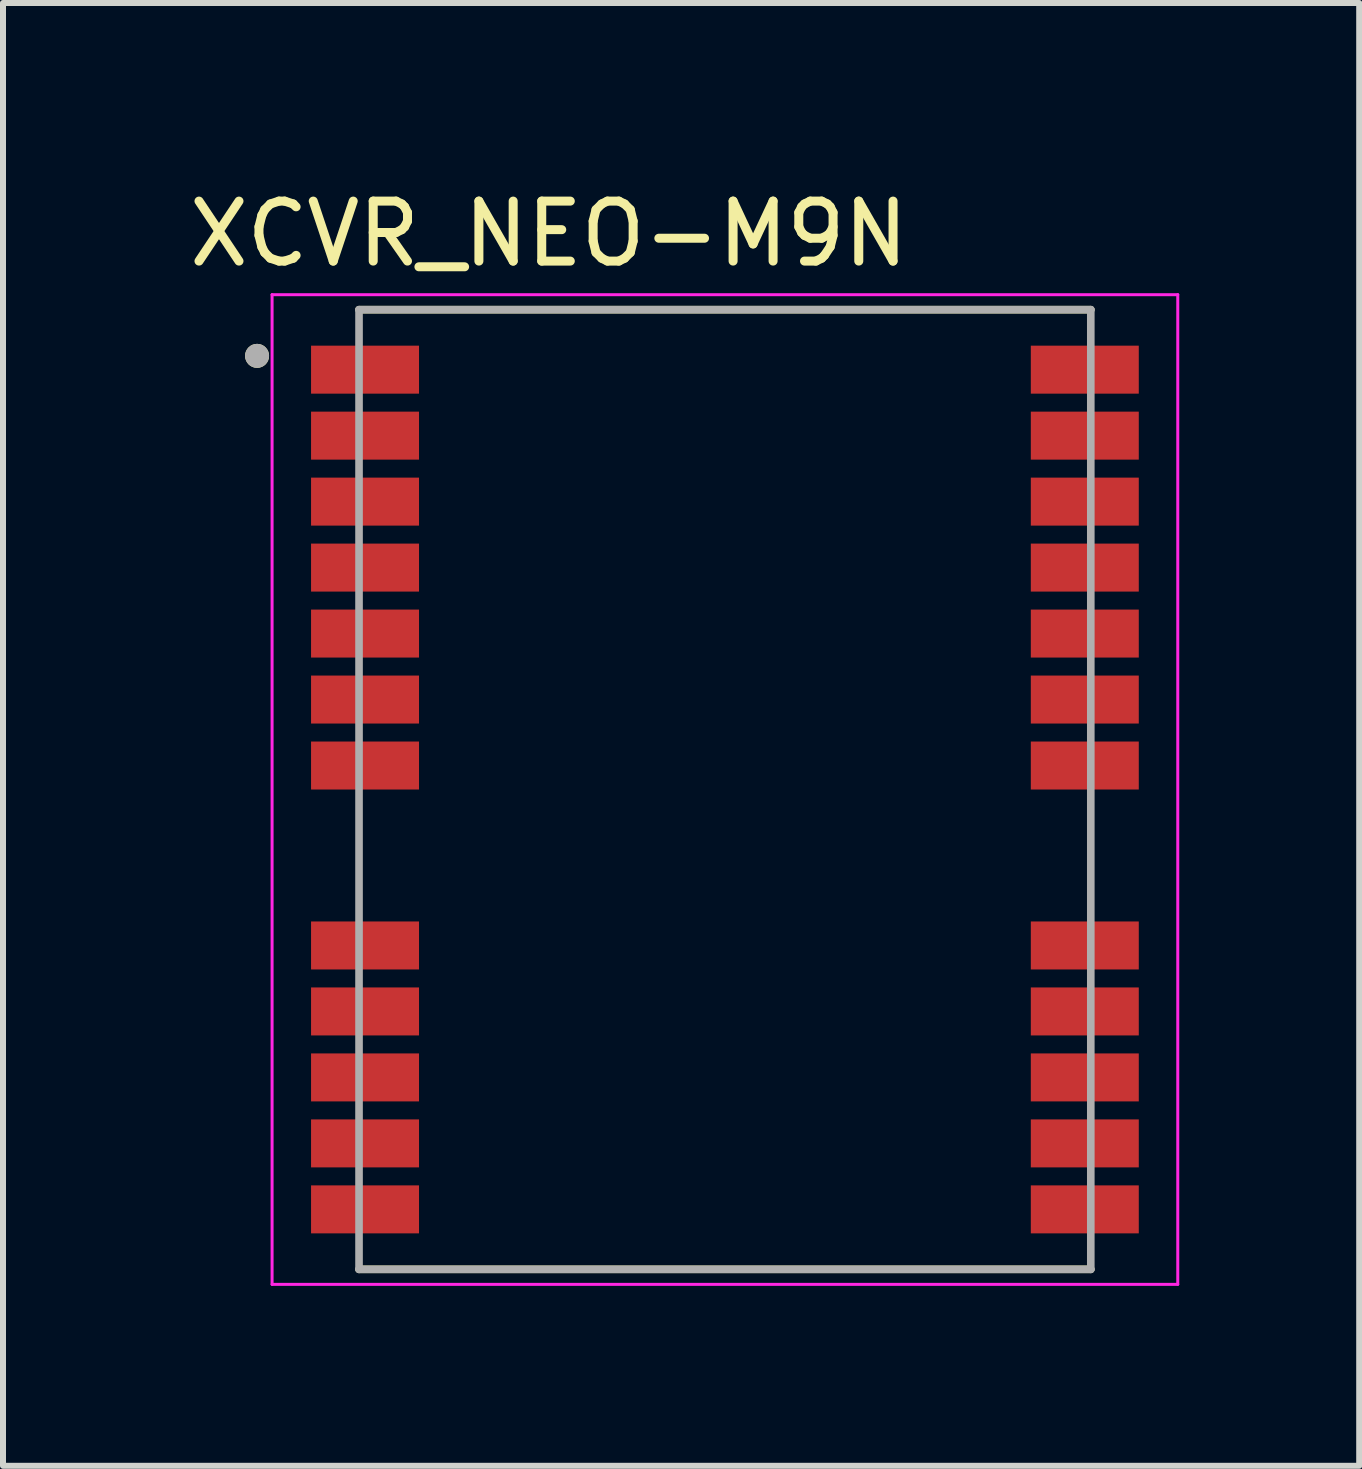
<source format=kicad_pcb>
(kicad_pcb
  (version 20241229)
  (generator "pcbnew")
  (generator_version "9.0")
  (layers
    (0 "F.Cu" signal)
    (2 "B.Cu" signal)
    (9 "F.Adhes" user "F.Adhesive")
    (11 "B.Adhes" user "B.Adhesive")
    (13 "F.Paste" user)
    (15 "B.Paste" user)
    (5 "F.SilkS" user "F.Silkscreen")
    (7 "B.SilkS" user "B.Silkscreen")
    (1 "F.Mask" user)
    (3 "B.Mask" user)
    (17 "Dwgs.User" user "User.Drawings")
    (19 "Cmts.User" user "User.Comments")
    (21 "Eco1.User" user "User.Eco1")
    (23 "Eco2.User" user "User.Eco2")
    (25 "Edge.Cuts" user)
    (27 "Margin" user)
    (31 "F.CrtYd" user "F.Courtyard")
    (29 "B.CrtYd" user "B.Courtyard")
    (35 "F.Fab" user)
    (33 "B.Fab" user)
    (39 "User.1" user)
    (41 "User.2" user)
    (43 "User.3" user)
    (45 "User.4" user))
  (footprint "XCVR_NEO-M9N"
    (layer "F.Cu")
    (at 9.036 10.113)
    (property "Reference" "XCVR_NEO-M9N" (at -2.935 -9.265 0) (layer "F.SilkS") (effects (font (size 1 1) (thickness 0.15))))
    (attr smd)
    (fp_line (start -6.1 -8) (end 6.1 -8) (stroke (width 0.127) (type solid)) (layer "F.SilkS"))
    (fp_line (start 6.1 8) (end -6.1 8) (stroke (width 0.127) (type solid)) (layer "F.SilkS"))
    (fp_circle (center -7.8 -7.23) (end -7.7 -7.23) (stroke (width 0.2) (type solid)) (fill no) (layer "F.SilkS"))
    (fp_poly (pts (xy -7.3 -7.4) (xy -6.1 -7.4) (xy -6.1 -7.3) (xy -5.2 -7.3) (xy -5.2 -6.7) (xy -6.1 -6.7) (xy -6.1 -6.6) (xy -7.3 -6.6)) (stroke (width 0.01) (type solid)) (fill yes) (layer "F.Paste"))
    (fp_poly (pts (xy -7.3 -6.3) (xy -6.1 -6.3) (xy -6.1 -6.2) (xy -5.2 -6.2) (xy -5.2 -5.6) (xy -6.1 -5.6) (xy -6.1 -5.5) (xy -7.3 -5.5)) (stroke (width 0.01) (type solid)) (fill yes) (layer "F.Paste"))
    (fp_poly (pts (xy -7.3 -5.2) (xy -6.1 -5.2) (xy -6.1 -5.1) (xy -5.2 -5.1) (xy -5.2 -4.5) (xy -6.1 -4.5) (xy -6.1 -4.4) (xy -7.3 -4.4)) (stroke (width 0.01) (type solid)) (fill yes) (layer "F.Paste"))
    (fp_poly (pts (xy -7.3 -4.1) (xy -6.1 -4.1) (xy -6.1 -4) (xy -5.2 -4) (xy -5.2 -3.4) (xy -6.1 -3.4) (xy -6.1 -3.3) (xy -7.3 -3.3)) (stroke (width 0.01) (type solid)) (fill yes) (layer "F.Paste"))
    (fp_poly (pts (xy -7.3 -3) (xy -6.1 -3) (xy -6.1 -2.9) (xy -5.2 -2.9) (xy -5.2 -2.3) (xy -6.1 -2.3) (xy -6.1 -2.2) (xy -7.3 -2.2)) (stroke (width 0.01) (type solid)) (fill yes) (layer "F.Paste"))
    (fp_poly (pts (xy -7.3 -1.9) (xy -6.1 -1.9) (xy -6.1 -1.8) (xy -5.2 -1.8) (xy -5.2 -1.2) (xy -6.1 -1.2) (xy -6.1 -1.1) (xy -7.3 -1.1)) (stroke (width 0.01) (type solid)) (fill yes) (layer "F.Paste"))
    (fp_poly (pts (xy -7.3 -0.8) (xy -6.1 -0.8) (xy -6.1 -0.7) (xy -5.2 -0.7) (xy -5.2 -0.1) (xy -6.1 -0.1) (xy -6.1 0) (xy -7.3 0)) (stroke (width 0.01) (type solid)) (fill yes) (layer "F.Paste"))
    (fp_poly (pts (xy -7.3 2.2) (xy -6.1 2.2) (xy -6.1 2.3) (xy -5.2 2.3) (xy -5.2 2.9) (xy -6.1 2.9) (xy -6.1 3) (xy -7.3 3)) (stroke (width 0.01) (type solid)) (fill yes) (layer "F.Paste"))
    (fp_poly (pts (xy -7.3 3.3) (xy -6.1 3.3) (xy -6.1 3.4) (xy -5.2 3.4) (xy -5.2 4) (xy -6.1 4) (xy -6.1 4.1) (xy -7.3 4.1)) (stroke (width 0.01) (type solid)) (fill yes) (layer "F.Paste"))
    (fp_poly (pts (xy -7.3 4.4) (xy -6.1 4.4) (xy -6.1 4.5) (xy -5.2 4.5) (xy -5.2 5.1) (xy -6.1 5.1) (xy -6.1 5.2) (xy -7.3 5.2)) (stroke (width 0.01) (type solid)) (fill yes) (layer "F.Paste"))
    (fp_poly (pts (xy -7.3 5.5) (xy -6.1 5.5) (xy -6.1 5.6) (xy -5.2 5.6) (xy -5.2 6.2) (xy -6.1 6.2) (xy -6.1 6.3) (xy -7.3 6.3)) (stroke (width 0.01) (type solid)) (fill yes) (layer "F.Paste"))
    (fp_poly (pts (xy -7.3 6.6) (xy -6.1 6.6) (xy -6.1 6.7) (xy -5.2 6.7) (xy -5.2 7.3) (xy -6.1 7.3) (xy -6.1 7.4) (xy -7.3 7.4)) (stroke (width 0.01) (type solid)) (fill yes) (layer "F.Paste"))
    (fp_poly (pts (xy 5.2 -7.3) (xy 6.1 -7.3) (xy 6.1 -7.4) (xy 7.3 -7.4) (xy 7.3 -6.6) (xy 6.1 -6.6) (xy 6.1 -6.7) (xy 5.2 -6.7)) (stroke (width 0.01) (type solid)) (fill yes) (layer "F.Paste"))
    (fp_poly (pts (xy 5.2 -6.2) (xy 6.1 -6.2) (xy 6.1 -6.3) (xy 7.3 -6.3) (xy 7.3 -5.5) (xy 6.1 -5.5) (xy 6.1 -5.6) (xy 5.2 -5.6)) (stroke (width 0.01) (type solid)) (fill yes) (layer "F.Paste"))
    (fp_poly (pts (xy 5.2 -5.1) (xy 6.1 -5.1) (xy 6.1 -5.2) (xy 7.3 -5.2) (xy 7.3 -4.4) (xy 6.1 -4.4) (xy 6.1 -4.5) (xy 5.2 -4.5)) (stroke (width 0.01) (type solid)) (fill yes) (layer "F.Paste"))
    (fp_poly (pts (xy 5.2 -4) (xy 6.1 -4) (xy 6.1 -4.1) (xy 7.3 -4.1) (xy 7.3 -3.3) (xy 6.1 -3.3) (xy 6.1 -3.4) (xy 5.2 -3.4)) (stroke (width 0.01) (type solid)) (fill yes) (layer "F.Paste"))
    (fp_poly (pts (xy 5.2 -2.9) (xy 6.1 -2.9) (xy 6.1 -3) (xy 7.3 -3) (xy 7.3 -2.2) (xy 6.1 -2.2) (xy 6.1 -2.3) (xy 5.2 -2.3)) (stroke (width 0.01) (type solid)) (fill yes) (layer "F.Paste"))
    (fp_poly (pts (xy 5.2 -1.8) (xy 6.1 -1.8) (xy 6.1 -1.9) (xy 7.3 -1.9) (xy 7.3 -1.1) (xy 6.1 -1.1) (xy 6.1 -1.2) (xy 5.2 -1.2)) (stroke (width 0.01) (type solid)) (fill yes) (layer "F.Paste"))
    (fp_poly (pts (xy 5.2 -0.7) (xy 6.1 -0.7) (xy 6.1 -0.8) (xy 7.3 -0.8) (xy 7.3 0) (xy 6.1 0) (xy 6.1 -0.1) (xy 5.2 -0.1)) (stroke (width 0.01) (type solid)) (fill yes) (layer "F.Paste"))
    (fp_poly (pts (xy 5.2 2.3) (xy 6.1 2.3) (xy 6.1 2.2) (xy 7.3 2.2) (xy 7.3 3) (xy 6.1 3) (xy 6.1 2.9) (xy 5.2 2.9)) (stroke (width 0.01) (type solid)) (fill yes) (layer "F.Paste"))
    (fp_poly (pts (xy 5.2 3.4) (xy 6.1 3.4) (xy 6.1 3.3) (xy 7.3 3.3) (xy 7.3 4.1) (xy 6.1 4.1) (xy 6.1 4) (xy 5.2 4)) (stroke (width 0.01) (type solid)) (fill yes) (layer "F.Paste"))
    (fp_poly (pts (xy 5.2 4.5) (xy 6.1 4.5) (xy 6.1 4.4) (xy 7.3 4.4) (xy 7.3 5.2) (xy 6.1 5.2) (xy 6.1 5.1) (xy 5.2 5.1)) (stroke (width 0.01) (type solid)) (fill yes) (layer "F.Paste"))
    (fp_poly (pts (xy 5.2 5.6) (xy 6.1 5.6) (xy 6.1 5.5) (xy 7.3 5.5) (xy 7.3 6.3) (xy 6.1 6.3) (xy 6.1 6.2) (xy 5.2 6.2)) (stroke (width 0.01) (type solid)) (fill yes) (layer "F.Paste"))
    (fp_poly (pts (xy 5.2 6.7) (xy 6.1 6.7) (xy 6.1 6.6) (xy 7.3 6.6) (xy 7.3 7.4) (xy 6.1 7.4) (xy 6.1 7.3) (xy 5.2 7.3)) (stroke (width 0.01) (type solid)) (fill yes) (layer "F.Paste"))
    (fp_line (start -7.55 -8.25) (end 7.55 -8.25) (stroke (width 0.05) (type solid)) (layer "F.CrtYd"))
    (fp_line (start -7.55 8.25) (end -7.55 -8.25) (stroke (width 0.05) (type solid)) (layer "F.CrtYd"))
    (fp_line (start 7.55 -8.25) (end 7.55 8.25) (stroke (width 0.05) (type solid)) (layer "F.CrtYd"))
    (fp_line (start 7.55 8.25) (end -7.55 8.25) (stroke (width 0.05) (type solid)) (layer "F.CrtYd"))
    (fp_line (start -6.1 -8) (end -6.1 8) (stroke (width 0.127) (type solid)) (layer "F.Fab"))
    (fp_line (start 6.1 -8) (end -6.1 -8) (stroke (width 0.127) (type solid)) (layer "F.Fab"))
    (fp_line (start 6.1 8) (end -6.1 8) (stroke (width 0.127) (type solid)) (layer "F.Fab"))
    (fp_line (start 6.1 8) (end 6.1 -8) (stroke (width 0.127) (type solid)) (layer "F.Fab"))
    (fp_circle (center -7.8 -7.23) (end -7.7 -7.23) (stroke (width 0.2) (type solid)) (fill no) (layer "F.Fab"))
    (pad "1" smd rect (at -6 -7) (size 1.8 0.8) (layers "F.Cu" "F.Mask"))
    (pad "2" smd rect (at -6 -5.9) (size 1.8 0.8) (layers "F.Cu" "F.Mask"))
    (pad "3" smd rect (at -6 -4.8) (size 1.8 0.8) (layers "F.Cu" "F.Mask"))
    (pad "4" smd rect (at -6 -3.7) (size 1.8 0.8) (layers "F.Cu" "F.Mask"))
    (pad "5" smd rect (at -6 -2.6) (size 1.8 0.8) (layers "F.Cu" "F.Mask"))
    (pad "6" smd rect (at -6 -1.5) (size 1.8 0.8) (layers "F.Cu" "F.Mask"))
    (pad "7" smd rect (at -6 -0.4) (size 1.8 0.8) (layers "F.Cu" "F.Mask"))
    (pad "8" smd rect (at -6 2.6) (size 1.8 0.8) (layers "F.Cu" "F.Mask"))
    (pad "9" smd rect (at -6 3.7) (size 1.8 0.8) (layers "F.Cu" "F.Mask"))
    (pad "10" smd rect (at -6 4.8) (size 1.8 0.8) (layers "F.Cu" "F.Mask"))
    (pad "11" smd rect (at -6 5.9) (size 1.8 0.8) (layers "F.Cu" "F.Mask"))
    (pad "12" smd rect (at -6 7) (size 1.8 0.8) (layers "F.Cu" "F.Mask"))
    (pad "13" smd rect (at 6 7) (size 1.8 0.8) (layers "F.Cu" "F.Mask"))
    (pad "14" smd rect (at 6 5.9) (size 1.8 0.8) (layers "F.Cu" "F.Mask"))
    (pad "15" smd rect (at 6 4.8) (size 1.8 0.8) (layers "F.Cu" "F.Mask"))
    (pad "16" smd rect (at 6 3.7) (size 1.8 0.8) (layers "F.Cu" "F.Mask"))
    (pad "17" smd rect (at 6 2.6) (size 1.8 0.8) (layers "F.Cu" "F.Mask"))
    (pad "18" smd rect (at 6 -0.4) (size 1.8 0.8) (layers "F.Cu" "F.Mask"))
    (pad "19" smd rect (at 6 -1.5) (size 1.8 0.8) (layers "F.Cu" "F.Mask"))
    (pad "20" smd rect (at 6 -2.6) (size 1.8 0.8) (layers "F.Cu" "F.Mask"))
    (pad "21" smd rect (at 6 -3.7) (size 1.8 0.8) (layers "F.Cu" "F.Mask"))
    (pad "22" smd rect (at 6 -4.8) (size 1.8 0.8) (layers "F.Cu" "F.Mask"))
    (pad "23" smd rect (at 6 -5.9) (size 1.8 0.8) (layers "F.Cu" "F.Mask"))
    (pad "24" smd rect (at 6 -7) (size 1.8 0.8) (layers "F.Cu" "F.Mask")))
  (gr_rect
    (start -3 -3)
    (end 19.611 21.388)
    (stroke (width 0.1) (type default))
    (fill no)
    (layer "Edge.Cuts")))
</source>
